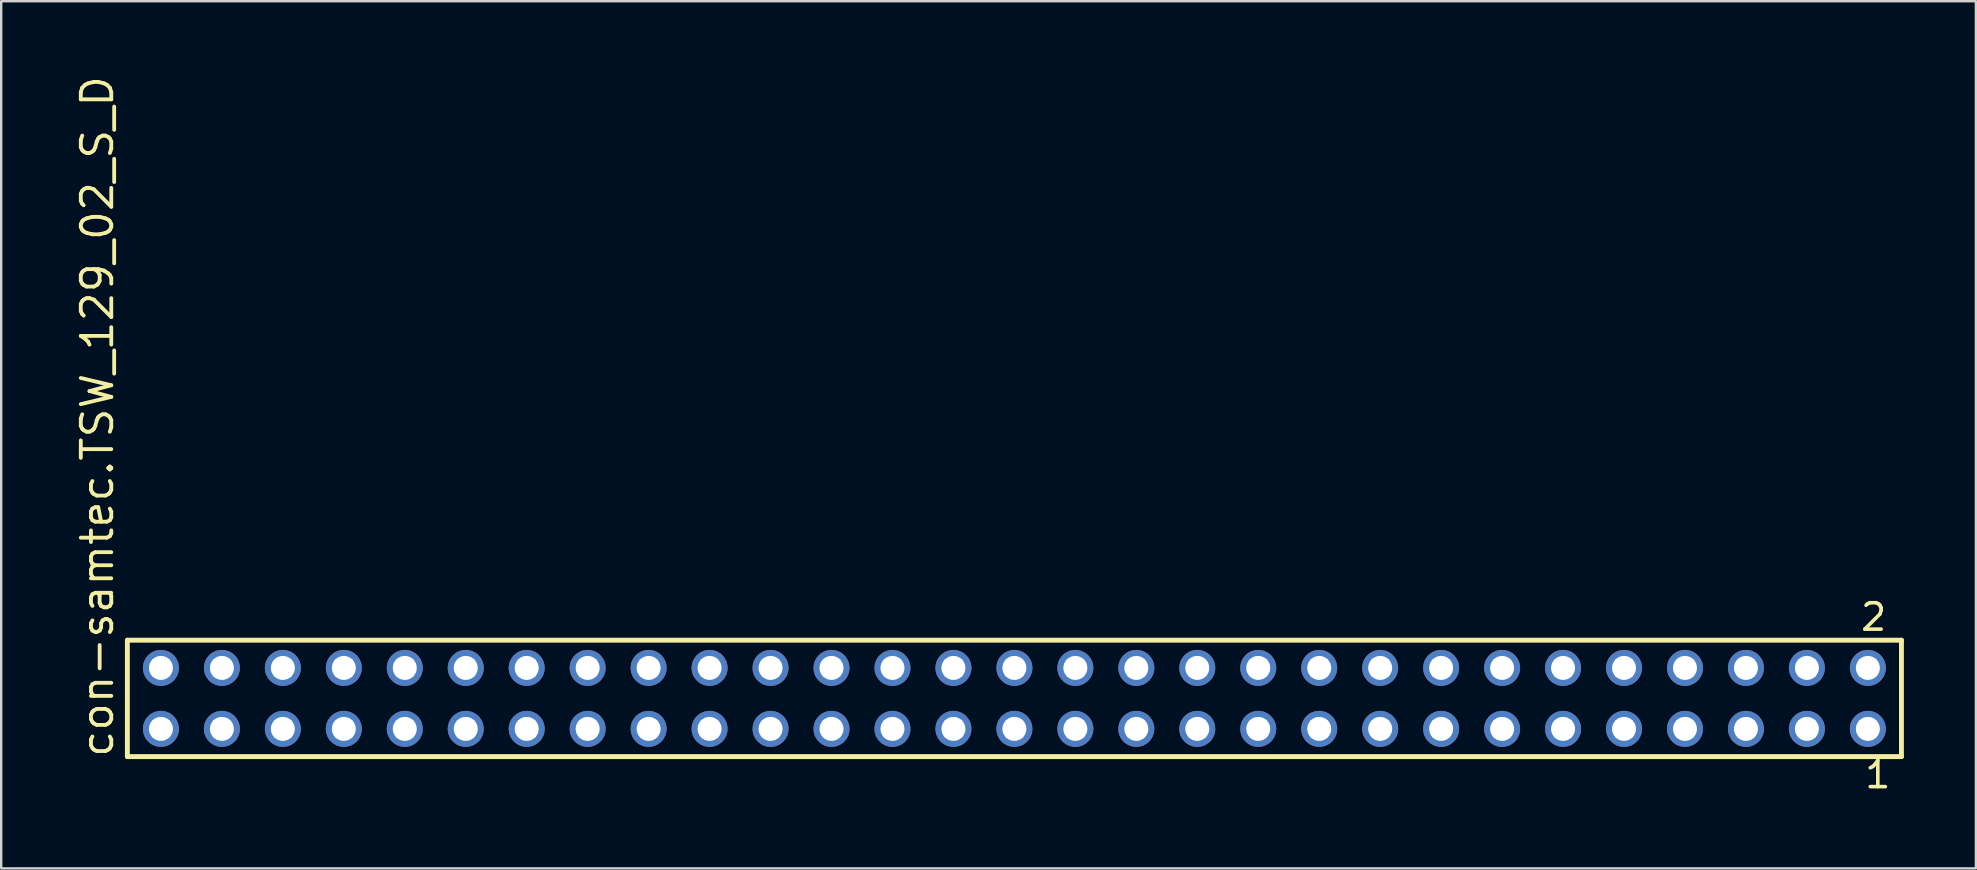
<source format=kicad_pcb>
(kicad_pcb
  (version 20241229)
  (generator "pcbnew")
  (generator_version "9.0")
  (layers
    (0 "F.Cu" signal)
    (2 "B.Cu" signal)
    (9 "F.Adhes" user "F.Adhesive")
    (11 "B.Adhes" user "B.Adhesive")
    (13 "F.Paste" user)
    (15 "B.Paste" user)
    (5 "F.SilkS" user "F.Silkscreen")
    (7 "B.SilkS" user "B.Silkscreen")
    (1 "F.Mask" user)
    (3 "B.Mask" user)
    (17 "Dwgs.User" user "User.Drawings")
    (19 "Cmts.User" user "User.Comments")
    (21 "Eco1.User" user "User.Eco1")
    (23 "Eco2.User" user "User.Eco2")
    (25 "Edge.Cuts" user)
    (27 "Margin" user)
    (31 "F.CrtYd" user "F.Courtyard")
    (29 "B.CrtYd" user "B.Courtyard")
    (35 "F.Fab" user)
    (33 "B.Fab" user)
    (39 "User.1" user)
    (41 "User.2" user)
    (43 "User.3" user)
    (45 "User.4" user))
  (footprint "con-samtec.TSW_129_02_S_D"
    (layer "F.Cu")
    (at 39.215 26.049)
    (property "Reference" "con-samtec.TSW_129_02_S_D" (at -37.465 2.54 90) (layer "F.SilkS") (effects (font (size 1.27 1.27) (thickness 0.16)) (justify left bottom)))
    (attr through_hole)
    (fp_line (start -36.959 -2.425) (end 36.959 -2.425) (stroke (width 0.203) (type default)) (layer "F.SilkS"))
    (fp_line (start -36.959 2.425) (end -36.959 -2.425) (stroke (width 0.203) (type default)) (layer "F.SilkS"))
    (fp_line (start 36.959 -2.425) (end 36.959 2.425) (stroke (width 0.203) (type default)) (layer "F.SilkS"))
    (fp_line (start 36.959 2.425) (end -36.959 2.425) (stroke (width 0.203) (type default)) (layer "F.SilkS"))
    (fp_rect (start -35.91 -0.92) (end -35.21 -1.62) (stroke (width 0.05) (type default)) (fill no) (layer "F.Fab"))
    (fp_rect (start -35.91 1.62) (end -35.21 0.92) (stroke (width 0.05) (type default)) (fill no) (layer "F.Fab"))
    (fp_rect (start -33.37 -0.92) (end -32.67 -1.62) (stroke (width 0.05) (type default)) (fill no) (layer "F.Fab"))
    (fp_rect (start -33.37 1.62) (end -32.67 0.92) (stroke (width 0.05) (type default)) (fill no) (layer "F.Fab"))
    (fp_rect (start -30.83 -0.92) (end -30.13 -1.62) (stroke (width 0.05) (type default)) (fill no) (layer "F.Fab"))
    (fp_rect (start -30.83 1.62) (end -30.13 0.92) (stroke (width 0.05) (type default)) (fill no) (layer "F.Fab"))
    (fp_rect (start -28.29 -0.92) (end -27.59 -1.62) (stroke (width 0.05) (type default)) (fill no) (layer "F.Fab"))
    (fp_rect (start -28.29 1.62) (end -27.59 0.92) (stroke (width 0.05) (type default)) (fill no) (layer "F.Fab"))
    (fp_rect (start -25.75 -0.92) (end -25.05 -1.62) (stroke (width 0.05) (type default)) (fill no) (layer "F.Fab"))
    (fp_rect (start -25.75 1.62) (end -25.05 0.92) (stroke (width 0.05) (type default)) (fill no) (layer "F.Fab"))
    (fp_rect (start -23.21 -0.92) (end -22.51 -1.62) (stroke (width 0.05) (type default)) (fill no) (layer "F.Fab"))
    (fp_rect (start -23.21 1.62) (end -22.51 0.92) (stroke (width 0.05) (type default)) (fill no) (layer "F.Fab"))
    (fp_rect (start -20.67 -0.92) (end -19.97 -1.62) (stroke (width 0.05) (type default)) (fill no) (layer "F.Fab"))
    (fp_rect (start -20.67 1.62) (end -19.97 0.92) (stroke (width 0.05) (type default)) (fill no) (layer "F.Fab"))
    (fp_rect (start -18.13 -0.92) (end -17.43 -1.62) (stroke (width 0.05) (type default)) (fill no) (layer "F.Fab"))
    (fp_rect (start -18.13 1.62) (end -17.43 0.92) (stroke (width 0.05) (type default)) (fill no) (layer "F.Fab"))
    (fp_rect (start -15.59 -0.92) (end -14.89 -1.62) (stroke (width 0.05) (type default)) (fill no) (layer "F.Fab"))
    (fp_rect (start -15.59 1.62) (end -14.89 0.92) (stroke (width 0.05) (type default)) (fill no) (layer "F.Fab"))
    (fp_rect (start -13.05 -0.92) (end -12.35 -1.62) (stroke (width 0.05) (type default)) (fill no) (layer "F.Fab"))
    (fp_rect (start -13.05 1.62) (end -12.35 0.92) (stroke (width 0.05) (type default)) (fill no) (layer "F.Fab"))
    (fp_rect (start -10.51 -0.92) (end -9.81 -1.62) (stroke (width 0.05) (type default)) (fill no) (layer "F.Fab"))
    (fp_rect (start -10.51 1.62) (end -9.81 0.92) (stroke (width 0.05) (type default)) (fill no) (layer "F.Fab"))
    (fp_rect (start -7.97 -0.92) (end -7.27 -1.62) (stroke (width 0.05) (type default)) (fill no) (layer "F.Fab"))
    (fp_rect (start -7.97 1.62) (end -7.27 0.92) (stroke (width 0.05) (type default)) (fill no) (layer "F.Fab"))
    (fp_rect (start -5.43 -0.92) (end -4.73 -1.62) (stroke (width 0.05) (type default)) (fill no) (layer "F.Fab"))
    (fp_rect (start -5.43 1.62) (end -4.73 0.92) (stroke (width 0.05) (type default)) (fill no) (layer "F.Fab"))
    (fp_rect (start -2.89 -0.92) (end -2.19 -1.62) (stroke (width 0.05) (type default)) (fill no) (layer "F.Fab"))
    (fp_rect (start -2.89 1.62) (end -2.19 0.92) (stroke (width 0.05) (type default)) (fill no) (layer "F.Fab"))
    (fp_rect (start -0.35 -0.92) (end 0.35 -1.62) (stroke (width 0.05) (type default)) (fill no) (layer "F.Fab"))
    (fp_rect (start -0.35 1.62) (end 0.35 0.92) (stroke (width 0.05) (type default)) (fill no) (layer "F.Fab"))
    (fp_rect (start 2.19 -0.92) (end 2.89 -1.62) (stroke (width 0.05) (type default)) (fill no) (layer "F.Fab"))
    (fp_rect (start 2.19 1.62) (end 2.89 0.92) (stroke (width 0.05) (type default)) (fill no) (layer "F.Fab"))
    (fp_rect (start 4.73 -0.92) (end 5.43 -1.62) (stroke (width 0.05) (type default)) (fill no) (layer "F.Fab"))
    (fp_rect (start 4.73 1.62) (end 5.43 0.92) (stroke (width 0.05) (type default)) (fill no) (layer "F.Fab"))
    (fp_rect (start 7.27 -0.92) (end 7.97 -1.62) (stroke (width 0.05) (type default)) (fill no) (layer "F.Fab"))
    (fp_rect (start 7.27 1.62) (end 7.97 0.92) (stroke (width 0.05) (type default)) (fill no) (layer "F.Fab"))
    (fp_rect (start 9.81 -0.92) (end 10.51 -1.62) (stroke (width 0.05) (type default)) (fill no) (layer "F.Fab"))
    (fp_rect (start 9.81 1.62) (end 10.51 0.92) (stroke (width 0.05) (type default)) (fill no) (layer "F.Fab"))
    (fp_rect (start 12.35 -0.92) (end 13.05 -1.62) (stroke (width 0.05) (type default)) (fill no) (layer "F.Fab"))
    (fp_rect (start 12.35 1.62) (end 13.05 0.92) (stroke (width 0.05) (type default)) (fill no) (layer "F.Fab"))
    (fp_rect (start 14.89 -0.92) (end 15.59 -1.62) (stroke (width 0.05) (type default)) (fill no) (layer "F.Fab"))
    (fp_rect (start 14.89 1.62) (end 15.59 0.92) (stroke (width 0.05) (type default)) (fill no) (layer "F.Fab"))
    (fp_rect (start 17.43 -0.92) (end 18.13 -1.62) (stroke (width 0.05) (type default)) (fill no) (layer "F.Fab"))
    (fp_rect (start 17.43 1.62) (end 18.13 0.92) (stroke (width 0.05) (type default)) (fill no) (layer "F.Fab"))
    (fp_rect (start 19.97 -0.92) (end 20.67 -1.62) (stroke (width 0.05) (type default)) (fill no) (layer "F.Fab"))
    (fp_rect (start 19.97 1.62) (end 20.67 0.92) (stroke (width 0.05) (type default)) (fill no) (layer "F.Fab"))
    (fp_rect (start 22.51 -0.92) (end 23.21 -1.62) (stroke (width 0.05) (type default)) (fill no) (layer "F.Fab"))
    (fp_rect (start 22.51 1.62) (end 23.21 0.92) (stroke (width 0.05) (type default)) (fill no) (layer "F.Fab"))
    (fp_rect (start 25.05 -0.92) (end 25.75 -1.62) (stroke (width 0.05) (type default)) (fill no) (layer "F.Fab"))
    (fp_rect (start 25.05 1.62) (end 25.75 0.92) (stroke (width 0.05) (type default)) (fill no) (layer "F.Fab"))
    (fp_rect (start 27.59 -0.92) (end 28.29 -1.62) (stroke (width 0.05) (type default)) (fill no) (layer "F.Fab"))
    (fp_rect (start 27.59 1.62) (end 28.29 0.92) (stroke (width 0.05) (type default)) (fill no) (layer "F.Fab"))
    (fp_rect (start 30.13 -0.92) (end 30.83 -1.62) (stroke (width 0.05) (type default)) (fill no) (layer "F.Fab"))
    (fp_rect (start 30.13 1.62) (end 30.83 0.92) (stroke (width 0.05) (type default)) (fill no) (layer "F.Fab"))
    (fp_rect (start 32.67 -0.92) (end 33.37 -1.62) (stroke (width 0.05) (type default)) (fill no) (layer "F.Fab"))
    (fp_rect (start 32.67 1.62) (end 33.37 0.92) (stroke (width 0.05) (type default)) (fill no) (layer "F.Fab"))
    (fp_rect (start 35.21 -0.92) (end 35.91 -1.62) (stroke (width 0.05) (type default)) (fill no) (layer "F.Fab"))
    (fp_rect (start 35.21 1.62) (end 35.91 0.92) (stroke (width 0.05) (type default)) (fill no) (layer "F.Fab"))
    (fp_text user "2" (at 35.177 -2.744 0) (layer "F.SilkS") (effects (font (size 1.1 1.1) (thickness 0.15)) (justify left bottom)))
    (fp_text user "1" (at 35.352 3.818 0) (layer "F.SilkS") (effects (font (size 1.1 1.1) (thickness 0.15)) (justify left bottom)))
    (pad "1" thru_hole circle (at 35.56 1.27 180) (size 1.5 1.5) (drill 1) (layers "*.Cu" "*.Mask"))
    (pad "2" thru_hole circle (at 35.56 -1.27 180) (size 1.5 1.5) (drill 1) (layers "*.Cu" "*.Mask"))
    (pad "3" thru_hole circle (at 33.02 1.27 180) (size 1.5 1.5) (drill 1) (layers "*.Cu" "*.Mask"))
    (pad "4" thru_hole circle (at 33.02 -1.27 180) (size 1.5 1.5) (drill 1) (layers "*.Cu" "*.Mask"))
    (pad "5" thru_hole circle (at 30.48 1.27 180) (size 1.5 1.5) (drill 1) (layers "*.Cu" "*.Mask"))
    (pad "6" thru_hole circle (at 30.48 -1.27 180) (size 1.5 1.5) (drill 1) (layers "*.Cu" "*.Mask"))
    (pad "7" thru_hole circle (at 27.94 1.27 180) (size 1.5 1.5) (drill 1) (layers "*.Cu" "*.Mask"))
    (pad "8" thru_hole circle (at 27.94 -1.27 180) (size 1.5 1.5) (drill 1) (layers "*.Cu" "*.Mask"))
    (pad "9" thru_hole circle (at 25.4 1.27 180) (size 1.5 1.5) (drill 1) (layers "*.Cu" "*.Mask"))
    (pad "10" thru_hole circle (at 25.4 -1.27 180) (size 1.5 1.5) (drill 1) (layers "*.Cu" "*.Mask"))
    (pad "11" thru_hole circle (at 22.86 1.27 180) (size 1.5 1.5) (drill 1) (layers "*.Cu" "*.Mask"))
    (pad "12" thru_hole circle (at 22.86 -1.27 180) (size 1.5 1.5) (drill 1) (layers "*.Cu" "*.Mask"))
    (pad "13" thru_hole circle (at 20.32 1.27 180) (size 1.5 1.5) (drill 1) (layers "*.Cu" "*.Mask"))
    (pad "14" thru_hole circle (at 20.32 -1.27 180) (size 1.5 1.5) (drill 1) (layers "*.Cu" "*.Mask"))
    (pad "15" thru_hole circle (at 17.78 1.27 180) (size 1.5 1.5) (drill 1) (layers "*.Cu" "*.Mask"))
    (pad "16" thru_hole circle (at 17.78 -1.27 180) (size 1.5 1.5) (drill 1) (layers "*.Cu" "*.Mask"))
    (pad "17" thru_hole circle (at 15.24 1.27 180) (size 1.5 1.5) (drill 1) (layers "*.Cu" "*.Mask"))
    (pad "18" thru_hole circle (at 15.24 -1.27 180) (size 1.5 1.5) (drill 1) (layers "*.Cu" "*.Mask"))
    (pad "19" thru_hole circle (at 12.7 1.27 180) (size 1.5 1.5) (drill 1) (layers "*.Cu" "*.Mask"))
    (pad "20" thru_hole circle (at 12.7 -1.27 180) (size 1.5 1.5) (drill 1) (layers "*.Cu" "*.Mask"))
    (pad "21" thru_hole circle (at 10.16 1.27 180) (size 1.5 1.5) (drill 1) (layers "*.Cu" "*.Mask"))
    (pad "22" thru_hole circle (at 10.16 -1.27 180) (size 1.5 1.5) (drill 1) (layers "*.Cu" "*.Mask"))
    (pad "23" thru_hole circle (at 7.62 1.27 180) (size 1.5 1.5) (drill 1) (layers "*.Cu" "*.Mask"))
    (pad "24" thru_hole circle (at 7.62 -1.27 180) (size 1.5 1.5) (drill 1) (layers "*.Cu" "*.Mask"))
    (pad "25" thru_hole circle (at 5.08 1.27 180) (size 1.5 1.5) (drill 1) (layers "*.Cu" "*.Mask"))
    (pad "26" thru_hole circle (at 5.08 -1.27 180) (size 1.5 1.5) (drill 1) (layers "*.Cu" "*.Mask"))
    (pad "27" thru_hole circle (at 2.54 1.27 180) (size 1.5 1.5) (drill 1) (layers "*.Cu" "*.Mask"))
    (pad "28" thru_hole circle (at 2.54 -1.27 180) (size 1.5 1.5) (drill 1) (layers "*.Cu" "*.Mask"))
    (pad "29" thru_hole circle (at 0 1.27 180) (size 1.5 1.5) (drill 1) (layers "*.Cu" "*.Mask"))
    (pad "30" thru_hole circle (at 0 -1.27 180) (size 1.5 1.5) (drill 1) (layers "*.Cu" "*.Mask"))
    (pad "31" thru_hole circle (at -2.54 1.27 180) (size 1.5 1.5) (drill 1) (layers "*.Cu" "*.Mask"))
    (pad "32" thru_hole circle (at -2.54 -1.27 180) (size 1.5 1.5) (drill 1) (layers "*.Cu" "*.Mask"))
    (pad "33" thru_hole circle (at -5.08 1.27 180) (size 1.5 1.5) (drill 1) (layers "*.Cu" "*.Mask"))
    (pad "34" thru_hole circle (at -5.08 -1.27 180) (size 1.5 1.5) (drill 1) (layers "*.Cu" "*.Mask"))
    (pad "35" thru_hole circle (at -7.62 1.27 180) (size 1.5 1.5) (drill 1) (layers "*.Cu" "*.Mask"))
    (pad "36" thru_hole circle (at -7.62 -1.27 180) (size 1.5 1.5) (drill 1) (layers "*.Cu" "*.Mask"))
    (pad "37" thru_hole circle (at -10.16 1.27 180) (size 1.5 1.5) (drill 1) (layers "*.Cu" "*.Mask"))
    (pad "38" thru_hole circle (at -10.16 -1.27 180) (size 1.5 1.5) (drill 1) (layers "*.Cu" "*.Mask"))
    (pad "39" thru_hole circle (at -12.7 1.27 180) (size 1.5 1.5) (drill 1) (layers "*.Cu" "*.Mask"))
    (pad "40" thru_hole circle (at -12.7 -1.27 180) (size 1.5 1.5) (drill 1) (layers "*.Cu" "*.Mask"))
    (pad "41" thru_hole circle (at -15.24 1.27 180) (size 1.5 1.5) (drill 1) (layers "*.Cu" "*.Mask"))
    (pad "42" thru_hole circle (at -15.24 -1.27 180) (size 1.5 1.5) (drill 1) (layers "*.Cu" "*.Mask"))
    (pad "43" thru_hole circle (at -17.78 1.27 180) (size 1.5 1.5) (drill 1) (layers "*.Cu" "*.Mask"))
    (pad "44" thru_hole circle (at -17.78 -1.27 180) (size 1.5 1.5) (drill 1) (layers "*.Cu" "*.Mask"))
    (pad "45" thru_hole circle (at -20.32 1.27 180) (size 1.5 1.5) (drill 1) (layers "*.Cu" "*.Mask"))
    (pad "46" thru_hole circle (at -20.32 -1.27 180) (size 1.5 1.5) (drill 1) (layers "*.Cu" "*.Mask"))
    (pad "47" thru_hole circle (at -22.86 1.27 180) (size 1.5 1.5) (drill 1) (layers "*.Cu" "*.Mask"))
    (pad "48" thru_hole circle (at -22.86 -1.27 180) (size 1.5 1.5) (drill 1) (layers "*.Cu" "*.Mask"))
    (pad "49" thru_hole circle (at -25.4 1.27 180) (size 1.5 1.5) (drill 1) (layers "*.Cu" "*.Mask"))
    (pad "50" thru_hole circle (at -25.4 -1.27 180) (size 1.5 1.5) (drill 1) (layers "*.Cu" "*.Mask"))
    (pad "51" thru_hole circle (at -27.94 1.27 180) (size 1.5 1.5) (drill 1) (layers "*.Cu" "*.Mask"))
    (pad "52" thru_hole circle (at -27.94 -1.27 180) (size 1.5 1.5) (drill 1) (layers "*.Cu" "*.Mask"))
    (pad "53" thru_hole circle (at -30.48 1.27 180) (size 1.5 1.5) (drill 1) (layers "*.Cu" "*.Mask"))
    (pad "54" thru_hole circle (at -30.48 -1.27 180) (size 1.5 1.5) (drill 1) (layers "*.Cu" "*.Mask"))
    (pad "55" thru_hole circle (at -33.02 1.27 180) (size 1.5 1.5) (drill 1) (layers "*.Cu" "*.Mask"))
    (pad "56" thru_hole circle (at -33.02 -1.27 180) (size 1.5 1.5) (drill 1) (layers "*.Cu" "*.Mask"))
    (pad "57" thru_hole circle (at -35.56 1.27 180) (size 1.5 1.5) (drill 1) (layers "*.Cu" "*.Mask"))
    (pad "58" thru_hole circle (at -35.56 -1.27 180) (size 1.5 1.5) (drill 1) (layers "*.Cu" "*.Mask")))
  (gr_rect
    (start -3 -3)
    (end 79.276 33.131)
    (stroke (width 0.1) (type default))
    (fill no)
    (layer "Edge.Cuts")))
</source>
